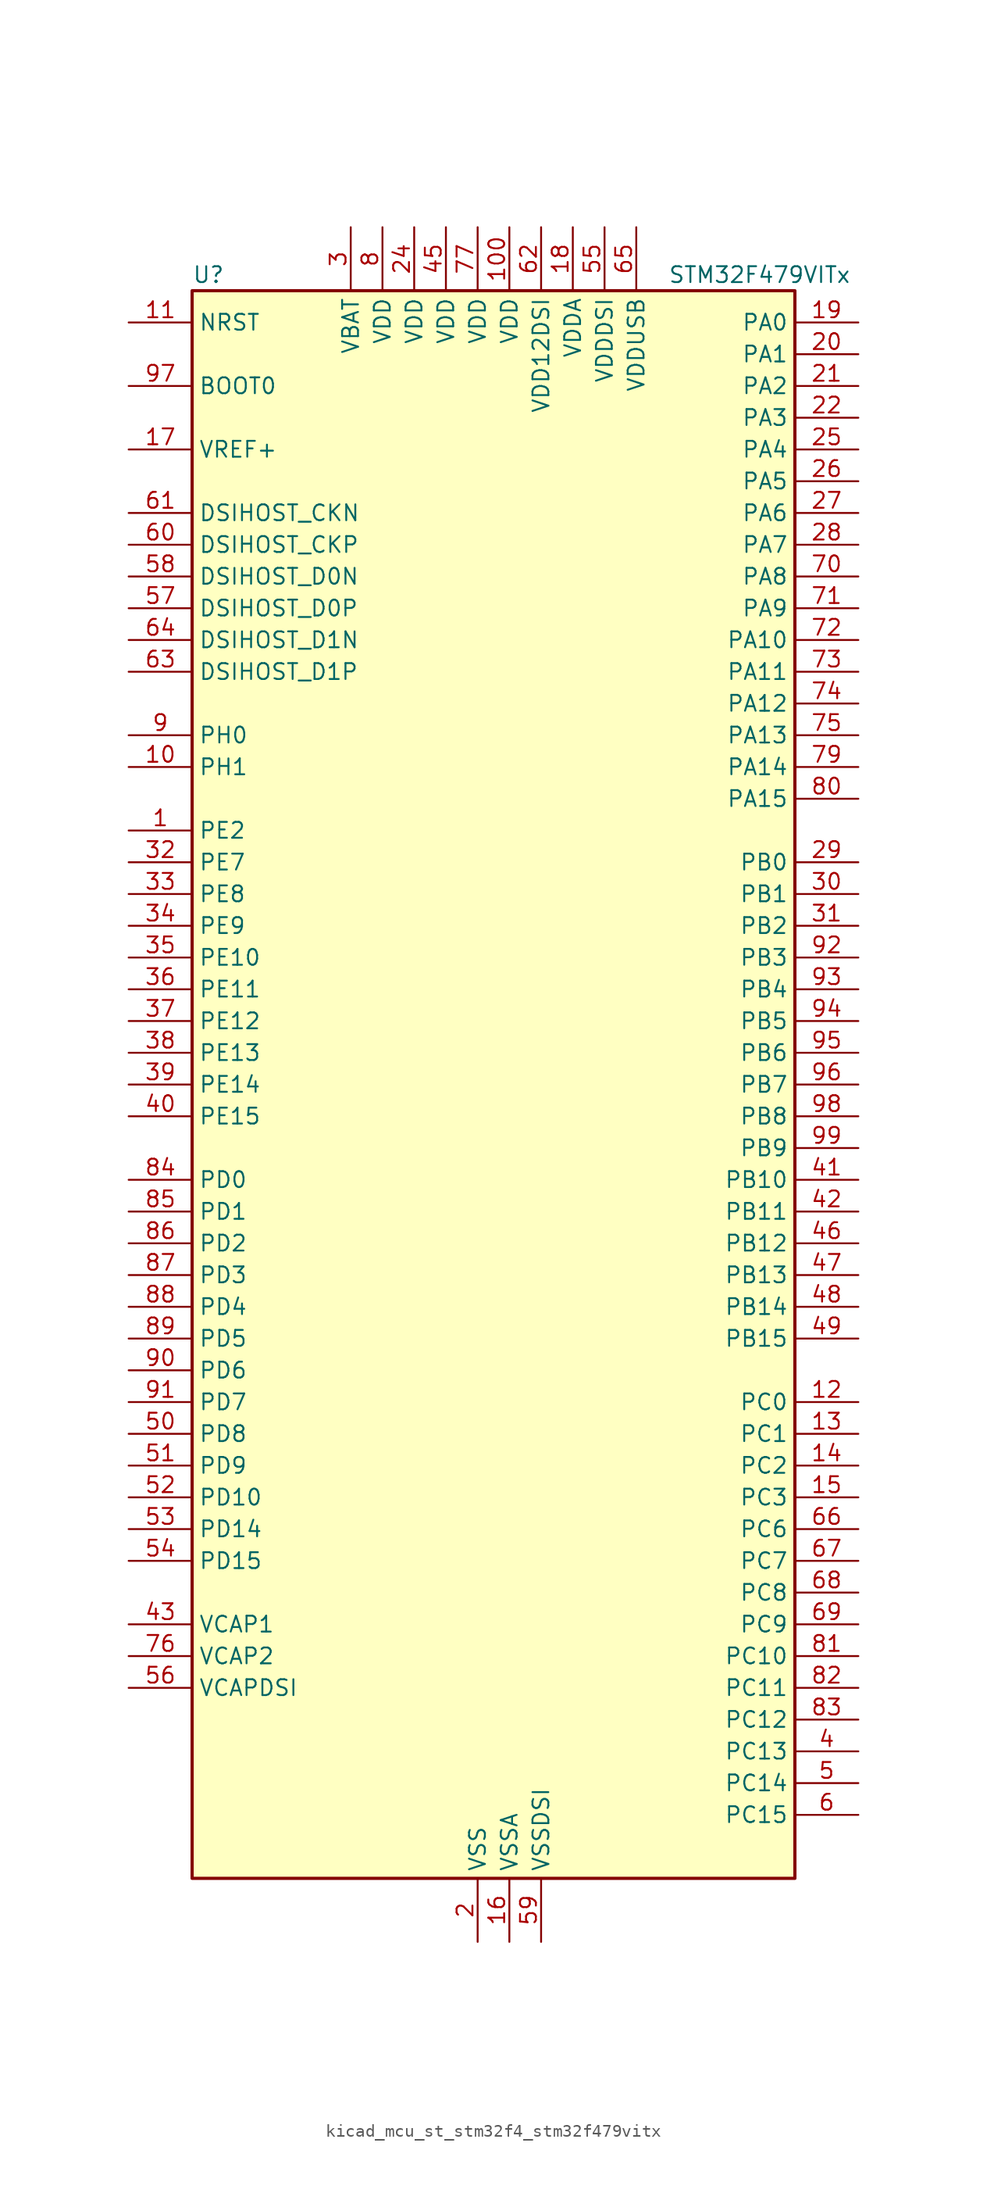
<source format=kicad_sym>
(kicad_symbol_lib
  (version 20220914)
  (generator kicad_symbol_editor)
  (symbol "kicad_mcu_st_stm32f4_stm32f479vitx"
    (property "Reference" "U"
      (at -22.86 64.77 0)
      (effects (font (size 1.27 1.27)) (justify left)))
    (property "Value" "STM32F479VITx"
      (at 15.24 64.77 0)
      (effects (font (size 1.27 1.27)) (justify left)))
    (property "ki_locked" ""
      (at 0 0 0)
      (effects (font (size 1.27 1.27))))
    (symbol "kicad_mcu_st_stm32f4_stm32f479vitx_0_1"
      (rectangle (start -22.86 -63.5) (end 25.4 63.5) (stroke (width 0.254) (type default)) (fill (type background))))
    (symbol "kicad_mcu_st_stm32f4_stm32f479vitx_1_1"
      (pin bidirectional line (at -27.94 20.32 0) (length 5.08) (name "PE2" (effects (font (size 1.27 1.27)))) (number "1" (effects (font (size 1.27 1.27)))) (alternate "FMC_A23" bidirectional line) (alternate "QUADSPI_BK1_IO2" bidirectional line) (alternate "SAI1_MCLK_A" bidirectional line) (alternate "SPI4_SCK" bidirectional line) (alternate "SYS_TRACECLK" bidirectional line))
      (pin bidirectional line (at -27.94 25.4 0) (length 5.08) (name "PH1" (effects (font (size 1.27 1.27)))) (number "10" (effects (font (size 1.27 1.27)))) (alternate "RCC_OSC_OUT" bidirectional line))
      (pin power_in line (at 2.54 68.58 270) (length 5.08) (name "VDD" (effects (font (size 1.27 1.27)))) (number "100" (effects (font (size 1.27 1.27)))))
      (pin input line (at -27.94 60.96 0) (length 5.08) (name "NRST" (effects (font (size 1.27 1.27)))) (number "11" (effects (font (size 1.27 1.27)))))
      (pin bidirectional line (at 30.48 -25.4 180) (length 5.08) (name "PC0" (effects (font (size 1.27 1.27)))) (number "12" (effects (font (size 1.27 1.27)))) (alternate "ADC1_IN10" bidirectional line) (alternate "ADC2_IN10" bidirectional line) (alternate "ADC3_IN10" bidirectional line) (alternate "FMC_SDNWE" bidirectional line) (alternate "LTDC_R5" bidirectional line) (alternate "USB_OTG_HS_ULPI_STP" bidirectional line))
      (pin bidirectional line (at 30.48 -27.94 180) (length 5.08) (name "PC1" (effects (font (size 1.27 1.27)))) (number "13" (effects (font (size 1.27 1.27)))) (alternate "ADC1_IN11" bidirectional line) (alternate "ADC2_IN11" bidirectional line) (alternate "ADC3_IN11" bidirectional line) (alternate "I2S2_SD" bidirectional line) (alternate "SAI1_SD_A" bidirectional line) (alternate "SPI2_MOSI" bidirectional line) (alternate "SYS_TRACED0" bidirectional line))
      (pin bidirectional line (at 30.48 -30.48 180) (length 5.08) (name "PC2" (effects (font (size 1.27 1.27)))) (number "14" (effects (font (size 1.27 1.27)))) (alternate "ADC1_IN12" bidirectional line) (alternate "ADC2_IN12" bidirectional line) (alternate "ADC3_IN12" bidirectional line) (alternate "FMC_SDNE0" bidirectional line) (alternate "I2S2_ext_SD" bidirectional line) (alternate "SPI2_MISO" bidirectional line) (alternate "USB_OTG_HS_ULPI_DIR" bidirectional line))
      (pin bidirectional line (at 30.48 -33.02 180) (length 5.08) (name "PC3" (effects (font (size 1.27 1.27)))) (number "15" (effects (font (size 1.27 1.27)))) (alternate "ADC1_IN13" bidirectional line) (alternate "ADC2_IN13" bidirectional line) (alternate "ADC3_IN13" bidirectional line) (alternate "FMC_SDCKE0" bidirectional line) (alternate "I2S2_SD" bidirectional line) (alternate "SPI2_MOSI" bidirectional line) (alternate "USB_OTG_HS_ULPI_NXT" bidirectional line))
      (pin power_in line (at 2.54 -68.58 90) (length 5.08) (name "VSSA" (effects (font (size 1.27 1.27)))) (number "16" (effects (font (size 1.27 1.27)))))
      (pin input line (at -27.94 50.8 0) (length 5.08) (name "VREF+" (effects (font (size 1.27 1.27)))) (number "17" (effects (font (size 1.27 1.27)))))
      (pin power_in line (at 7.62 68.58 270) (length 5.08) (name "VDDA" (effects (font (size 1.27 1.27)))) (number "18" (effects (font (size 1.27 1.27)))))
      (pin bidirectional line (at 30.48 60.96 180) (length 5.08) (name "PA0" (effects (font (size 1.27 1.27)))) (number "19" (effects (font (size 1.27 1.27)))) (alternate "ADC1_IN0" bidirectional line) (alternate "ADC2_IN0" bidirectional line) (alternate "ADC3_IN0" bidirectional line) (alternate "SYS_WKUP" bidirectional line) (alternate "TIM2_CH1" bidirectional line) (alternate "TIM2_ETR" bidirectional line) (alternate "TIM5_CH1" bidirectional line) (alternate "TIM8_ETR" bidirectional line) (alternate "UART4_TX" bidirectional line) (alternate "USART2_CTS" bidirectional line))
      (pin power_in line (at 0 -68.58 90) (length 5.08) (name "VSS" (effects (font (size 1.27 1.27)))) (number "2" (effects (font (size 1.27 1.27)))))
      (pin bidirectional line (at 30.48 58.42 180) (length 5.08) (name "PA1" (effects (font (size 1.27 1.27)))) (number "20" (effects (font (size 1.27 1.27)))) (alternate "ADC1_IN1" bidirectional line) (alternate "ADC2_IN1" bidirectional line) (alternate "ADC3_IN1" bidirectional line) (alternate "LTDC_R2" bidirectional line) (alternate "QUADSPI_BK1_IO3" bidirectional line) (alternate "TIM2_CH2" bidirectional line) (alternate "TIM5_CH2" bidirectional line) (alternate "UART4_RX" bidirectional line) (alternate "USART2_RTS" bidirectional line))
      (pin bidirectional line (at 30.48 55.88 180) (length 5.08) (name "PA2" (effects (font (size 1.27 1.27)))) (number "21" (effects (font (size 1.27 1.27)))) (alternate "ADC1_IN2" bidirectional line) (alternate "ADC2_IN2" bidirectional line) (alternate "ADC3_IN2" bidirectional line) (alternate "LTDC_R1" bidirectional line) (alternate "TIM2_CH3" bidirectional line) (alternate "TIM5_CH3" bidirectional line) (alternate "TIM9_CH1" bidirectional line) (alternate "USART2_TX" bidirectional line))
      (pin bidirectional line (at 30.48 53.34 180) (length 5.08) (name "PA3" (effects (font (size 1.27 1.27)))) (number "22" (effects (font (size 1.27 1.27)))) (alternate "ADC1_IN3" bidirectional line) (alternate "ADC2_IN3" bidirectional line) (alternate "ADC3_IN3" bidirectional line) (alternate "LTDC_B2" bidirectional line) (alternate "LTDC_B5" bidirectional line) (alternate "TIM2_CH4" bidirectional line) (alternate "TIM5_CH4" bidirectional line) (alternate "TIM9_CH2" bidirectional line) (alternate "USART2_RX" bidirectional line) (alternate "USB_OTG_HS_ULPI_D0" bidirectional line))
      (pin passive line (at 0 -68.58 90) (length 5.08) hide (name "VSS" (effects (font (size 1.27 1.27)))) (number "23" (effects (font (size 1.27 1.27)))))
      (pin power_in line (at -5.08 68.58 270) (length 5.08) (name "VDD" (effects (font (size 1.27 1.27)))) (number "24" (effects (font (size 1.27 1.27)))))
      (pin bidirectional line (at 30.48 50.8 180) (length 5.08) (name "PA4" (effects (font (size 1.27 1.27)))) (number "25" (effects (font (size 1.27 1.27)))) (alternate "ADC1_IN4" bidirectional line) (alternate "ADC2_IN4" bidirectional line) (alternate "DAC_OUT1" bidirectional line) (alternate "DCMI_HSYNC" bidirectional line) (alternate "I2S3_WS" bidirectional line) (alternate "LTDC_VSYNC" bidirectional line) (alternate "SPI1_NSS" bidirectional line) (alternate "SPI3_NSS" bidirectional line) (alternate "USART2_CK" bidirectional line) (alternate "USB_OTG_HS_SOF" bidirectional line))
      (pin bidirectional line (at 30.48 48.26 180) (length 5.08) (name "PA5" (effects (font (size 1.27 1.27)))) (number "26" (effects (font (size 1.27 1.27)))) (alternate "ADC1_IN5" bidirectional line) (alternate "ADC2_IN5" bidirectional line) (alternate "DAC_OUT2" bidirectional line) (alternate "LTDC_R4" bidirectional line) (alternate "SPI1_SCK" bidirectional line) (alternate "TIM2_CH1" bidirectional line) (alternate "TIM2_ETR" bidirectional line) (alternate "TIM8_CH1N" bidirectional line) (alternate "USB_OTG_HS_ULPI_CK" bidirectional line))
      (pin bidirectional line (at 30.48 45.72 180) (length 5.08) (name "PA6" (effects (font (size 1.27 1.27)))) (number "27" (effects (font (size 1.27 1.27)))) (alternate "ADC1_IN6" bidirectional line) (alternate "ADC2_IN6" bidirectional line) (alternate "DCMI_PIXCLK" bidirectional line) (alternate "LTDC_G2" bidirectional line) (alternate "SPI1_MISO" bidirectional line) (alternate "TIM13_CH1" bidirectional line) (alternate "TIM1_BKIN" bidirectional line) (alternate "TIM3_CH1" bidirectional line) (alternate "TIM8_BKIN" bidirectional line))
      (pin bidirectional line (at 30.48 43.18 180) (length 5.08) (name "PA7" (effects (font (size 1.27 1.27)))) (number "28" (effects (font (size 1.27 1.27)))) (alternate "ADC1_IN7" bidirectional line) (alternate "ADC2_IN7" bidirectional line) (alternate "FMC_SDNWE" bidirectional line) (alternate "QUADSPI_CLK" bidirectional line) (alternate "SPI1_MOSI" bidirectional line) (alternate "TIM14_CH1" bidirectional line) (alternate "TIM1_CH1N" bidirectional line) (alternate "TIM3_CH2" bidirectional line) (alternate "TIM8_CH1N" bidirectional line))
      (pin bidirectional line (at 30.48 17.78 180) (length 5.08) (name "PB0" (effects (font (size 1.27 1.27)))) (number "29" (effects (font (size 1.27 1.27)))) (alternate "ADC1_IN8" bidirectional line) (alternate "ADC2_IN8" bidirectional line) (alternate "LTDC_G1" bidirectional line) (alternate "LTDC_R3" bidirectional line) (alternate "TIM1_CH2N" bidirectional line) (alternate "TIM3_CH3" bidirectional line) (alternate "TIM8_CH2N" bidirectional line) (alternate "USB_OTG_HS_ULPI_D1" bidirectional line))
      (pin power_in line (at -10.16 68.58 270) (length 5.08) (name "VBAT" (effects (font (size 1.27 1.27)))) (number "3" (effects (font (size 1.27 1.27)))))
      (pin bidirectional line (at 30.48 15.24 180) (length 5.08) (name "PB1" (effects (font (size 1.27 1.27)))) (number "30" (effects (font (size 1.27 1.27)))) (alternate "ADC1_IN9" bidirectional line) (alternate "ADC2_IN9" bidirectional line) (alternate "LTDC_G0" bidirectional line) (alternate "LTDC_R6" bidirectional line) (alternate "TIM1_CH3N" bidirectional line) (alternate "TIM3_CH4" bidirectional line) (alternate "TIM8_CH3N" bidirectional line) (alternate "USB_OTG_HS_ULPI_D2" bidirectional line))
      (pin bidirectional line (at 30.48 12.7 180) (length 5.08) (name "PB2" (effects (font (size 1.27 1.27)))) (number "31" (effects (font (size 1.27 1.27)))))
      (pin bidirectional line (at -27.94 17.78 0) (length 5.08) (name "PE7" (effects (font (size 1.27 1.27)))) (number "32" (effects (font (size 1.27 1.27)))) (alternate "FMC_D4" bidirectional line) (alternate "FMC_DA4" bidirectional line) (alternate "QUADSPI_BK2_IO0" bidirectional line) (alternate "TIM1_ETR" bidirectional line) (alternate "UART7_RX" bidirectional line))
      (pin bidirectional line (at -27.94 15.24 0) (length 5.08) (name "PE8" (effects (font (size 1.27 1.27)))) (number "33" (effects (font (size 1.27 1.27)))) (alternate "FMC_D5" bidirectional line) (alternate "FMC_DA5" bidirectional line) (alternate "QUADSPI_BK2_IO1" bidirectional line) (alternate "TIM1_CH1N" bidirectional line) (alternate "UART7_TX" bidirectional line))
      (pin bidirectional line (at -27.94 12.7 0) (length 5.08) (name "PE9" (effects (font (size 1.27 1.27)))) (number "34" (effects (font (size 1.27 1.27)))) (alternate "DAC_EXTI9" bidirectional line) (alternate "FMC_D6" bidirectional line) (alternate "FMC_DA6" bidirectional line) (alternate "QUADSPI_BK2_IO2" bidirectional line) (alternate "TIM1_CH1" bidirectional line))
      (pin bidirectional line (at -27.94 10.16 0) (length 5.08) (name "PE10" (effects (font (size 1.27 1.27)))) (number "35" (effects (font (size 1.27 1.27)))) (alternate "FMC_D7" bidirectional line) (alternate "FMC_DA7" bidirectional line) (alternate "QUADSPI_BK2_IO3" bidirectional line) (alternate "TIM1_CH2N" bidirectional line))
      (pin bidirectional line (at -27.94 7.62 0) (length 5.08) (name "PE11" (effects (font (size 1.27 1.27)))) (number "36" (effects (font (size 1.27 1.27)))) (alternate "ADC1_EXTI11" bidirectional line) (alternate "ADC2_EXTI11" bidirectional line) (alternate "ADC3_EXTI11" bidirectional line) (alternate "FMC_D8" bidirectional line) (alternate "FMC_DA8" bidirectional line) (alternate "LTDC_G3" bidirectional line) (alternate "SPI4_NSS" bidirectional line) (alternate "TIM1_CH2" bidirectional line))
      (pin bidirectional line (at -27.94 5.08 0) (length 5.08) (name "PE12" (effects (font (size 1.27 1.27)))) (number "37" (effects (font (size 1.27 1.27)))) (alternate "FMC_D9" bidirectional line) (alternate "FMC_DA9" bidirectional line) (alternate "LTDC_B4" bidirectional line) (alternate "SPI4_SCK" bidirectional line) (alternate "TIM1_CH3N" bidirectional line))
      (pin bidirectional line (at -27.94 2.54 0) (length 5.08) (name "PE13" (effects (font (size 1.27 1.27)))) (number "38" (effects (font (size 1.27 1.27)))) (alternate "FMC_D10" bidirectional line) (alternate "FMC_DA10" bidirectional line) (alternate "LTDC_DE" bidirectional line) (alternate "SPI4_MISO" bidirectional line) (alternate "TIM1_CH3" bidirectional line))
      (pin bidirectional line (at -27.94 0 0) (length 5.08) (name "PE14" (effects (font (size 1.27 1.27)))) (number "39" (effects (font (size 1.27 1.27)))) (alternate "FMC_D11" bidirectional line) (alternate "FMC_DA11" bidirectional line) (alternate "LTDC_CLK" bidirectional line) (alternate "SPI4_MOSI" bidirectional line) (alternate "TIM1_CH4" bidirectional line))
      (pin bidirectional line (at 30.48 -53.34 180) (length 5.08) (name "PC13" (effects (font (size 1.27 1.27)))) (number "4" (effects (font (size 1.27 1.27)))) (alternate "RTC_AF1" bidirectional line))
      (pin bidirectional line (at -27.94 -2.54 0) (length 5.08) (name "PE15" (effects (font (size 1.27 1.27)))) (number "40" (effects (font (size 1.27 1.27)))) (alternate "ADC1_EXTI15" bidirectional line) (alternate "ADC2_EXTI15" bidirectional line) (alternate "ADC3_EXTI15" bidirectional line) (alternate "FMC_D12" bidirectional line) (alternate "FMC_DA12" bidirectional line) (alternate "LTDC_R7" bidirectional line) (alternate "TIM1_BKIN" bidirectional line))
      (pin bidirectional line (at 30.48 -7.62 180) (length 5.08) (name "PB10" (effects (font (size 1.27 1.27)))) (number "41" (effects (font (size 1.27 1.27)))) (alternate "I2C2_SCL" bidirectional line) (alternate "I2S2_CK" bidirectional line) (alternate "LTDC_G4" bidirectional line) (alternate "QUADSPI_BK1_NCS" bidirectional line) (alternate "SPI2_SCK" bidirectional line) (alternate "TIM2_CH3" bidirectional line) (alternate "USART3_TX" bidirectional line) (alternate "USB_OTG_HS_ULPI_D3" bidirectional line))
      (pin bidirectional line (at 30.48 -10.16 180) (length 5.08) (name "PB11" (effects (font (size 1.27 1.27)))) (number "42" (effects (font (size 1.27 1.27)))) (alternate "ADC1_EXTI11" bidirectional line) (alternate "ADC2_EXTI11" bidirectional line) (alternate "ADC3_EXTI11" bidirectional line) (alternate "DSIHOST_TE" bidirectional line) (alternate "I2C2_SDA" bidirectional line) (alternate "LTDC_G5" bidirectional line) (alternate "TIM2_CH4" bidirectional line) (alternate "USART3_RX" bidirectional line) (alternate "USB_OTG_HS_ULPI_D4" bidirectional line))
      (pin power_out line (at -27.94 -43.18 0) (length 5.08) (name "VCAP1" (effects (font (size 1.27 1.27)))) (number "43" (effects (font (size 1.27 1.27)))))
      (pin passive line (at 0 -68.58 90) (length 5.08) hide (name "VSS" (effects (font (size 1.27 1.27)))) (number "44" (effects (font (size 1.27 1.27)))))
      (pin power_in line (at -2.54 68.58 270) (length 5.08) (name "VDD" (effects (font (size 1.27 1.27)))) (number "45" (effects (font (size 1.27 1.27)))))
      (pin bidirectional line (at 30.48 -12.7 180) (length 5.08) (name "PB12" (effects (font (size 1.27 1.27)))) (number "46" (effects (font (size 1.27 1.27)))) (alternate "CAN2_RX" bidirectional line) (alternate "I2C2_SMBA" bidirectional line) (alternate "I2S2_WS" bidirectional line) (alternate "SPI2_NSS" bidirectional line) (alternate "TIM1_BKIN" bidirectional line) (alternate "USART3_CK" bidirectional line) (alternate "USB_OTG_HS_ID" bidirectional line) (alternate "USB_OTG_HS_ULPI_D5" bidirectional line))
      (pin bidirectional line (at 30.48 -15.24 180) (length 5.08) (name "PB13" (effects (font (size 1.27 1.27)))) (number "47" (effects (font (size 1.27 1.27)))) (alternate "CAN2_TX" bidirectional line) (alternate "I2S2_CK" bidirectional line) (alternate "SPI2_SCK" bidirectional line) (alternate "TIM1_CH1N" bidirectional line) (alternate "USART3_CTS" bidirectional line) (alternate "USB_OTG_HS_ULPI_D6" bidirectional line) (alternate "USB_OTG_HS_VBUS" bidirectional line))
      (pin bidirectional line (at 30.48 -17.78 180) (length 5.08) (name "PB14" (effects (font (size 1.27 1.27)))) (number "48" (effects (font (size 1.27 1.27)))) (alternate "I2S2_ext_SD" bidirectional line) (alternate "SPI2_MISO" bidirectional line) (alternate "TIM12_CH1" bidirectional line) (alternate "TIM1_CH2N" bidirectional line) (alternate "TIM8_CH2N" bidirectional line) (alternate "USART3_RTS" bidirectional line) (alternate "USB_OTG_HS_DM" bidirectional line))
      (pin bidirectional line (at 30.48 -20.32 180) (length 5.08) (name "PB15" (effects (font (size 1.27 1.27)))) (number "49" (effects (font (size 1.27 1.27)))) (alternate "ADC1_EXTI15" bidirectional line) (alternate "ADC2_EXTI15" bidirectional line) (alternate "ADC3_EXTI15" bidirectional line) (alternate "I2S2_SD" bidirectional line) (alternate "RTC_REFIN" bidirectional line) (alternate "SPI2_MOSI" bidirectional line) (alternate "TIM12_CH2" bidirectional line) (alternate "TIM1_CH3N" bidirectional line) (alternate "TIM8_CH3N" bidirectional line) (alternate "USB_OTG_HS_DP" bidirectional line))
      (pin bidirectional line (at 30.48 -55.88 180) (length 5.08) (name "PC14" (effects (font (size 1.27 1.27)))) (number "5" (effects (font (size 1.27 1.27)))) (alternate "RCC_OSC32_IN" bidirectional line))
      (pin bidirectional line (at -27.94 -27.94 0) (length 5.08) (name "PD8" (effects (font (size 1.27 1.27)))) (number "50" (effects (font (size 1.27 1.27)))) (alternate "FMC_D13" bidirectional line) (alternate "FMC_DA13" bidirectional line) (alternate "USART3_TX" bidirectional line))
      (pin bidirectional line (at -27.94 -30.48 0) (length 5.08) (name "PD9" (effects (font (size 1.27 1.27)))) (number "51" (effects (font (size 1.27 1.27)))) (alternate "DAC_EXTI9" bidirectional line) (alternate "FMC_D14" bidirectional line) (alternate "FMC_DA14" bidirectional line) (alternate "USART3_RX" bidirectional line))
      (pin bidirectional line (at -27.94 -33.02 0) (length 5.08) (name "PD10" (effects (font (size 1.27 1.27)))) (number "52" (effects (font (size 1.27 1.27)))) (alternate "FMC_D15" bidirectional line) (alternate "FMC_DA15" bidirectional line) (alternate "LTDC_B3" bidirectional line) (alternate "USART3_CK" bidirectional line))
      (pin bidirectional line (at -27.94 -35.56 0) (length 5.08) (name "PD14" (effects (font (size 1.27 1.27)))) (number "53" (effects (font (size 1.27 1.27)))) (alternate "FMC_D0" bidirectional line) (alternate "FMC_DA0" bidirectional line) (alternate "TIM4_CH3" bidirectional line))
      (pin bidirectional line (at -27.94 -38.1 0) (length 5.08) (name "PD15" (effects (font (size 1.27 1.27)))) (number "54" (effects (font (size 1.27 1.27)))) (alternate "ADC1_EXTI15" bidirectional line) (alternate "ADC2_EXTI15" bidirectional line) (alternate "ADC3_EXTI15" bidirectional line) (alternate "FMC_D1" bidirectional line) (alternate "FMC_DA1" bidirectional line) (alternate "TIM4_CH4" bidirectional line))
      (pin power_in line (at 10.16 68.58 270) (length 5.08) (name "VDDDSI" (effects (font (size 1.27 1.27)))) (number "55" (effects (font (size 1.27 1.27)))))
      (pin power_out line (at -27.94 -48.26 0) (length 5.08) (name "VCAPDSI" (effects (font (size 1.27 1.27)))) (number "56" (effects (font (size 1.27 1.27)))))
      (pin bidirectional line (at -27.94 38.1 0) (length 5.08) (name "DSIHOST_D0P" (effects (font (size 1.27 1.27)))) (number "57" (effects (font (size 1.27 1.27)))) (alternate "DSIHOST_D0P" bidirectional line))
      (pin bidirectional line (at -27.94 40.64 0) (length 5.08) (name "DSIHOST_D0N" (effects (font (size 1.27 1.27)))) (number "58" (effects (font (size 1.27 1.27)))) (alternate "DSIHOST_D0N" bidirectional line))
      (pin power_in line (at 5.08 -68.58 90) (length 5.08) (name "VSSDSI" (effects (font (size 1.27 1.27)))) (number "59" (effects (font (size 1.27 1.27)))))
      (pin bidirectional line (at 30.48 -58.42 180) (length 5.08) (name "PC15" (effects (font (size 1.27 1.27)))) (number "6" (effects (font (size 1.27 1.27)))) (alternate "ADC1_EXTI15" bidirectional line) (alternate "ADC2_EXTI15" bidirectional line) (alternate "ADC3_EXTI15" bidirectional line) (alternate "RCC_OSC32_OUT" bidirectional line))
      (pin bidirectional line (at -27.94 43.18 0) (length 5.08) (name "DSIHOST_CKP" (effects (font (size 1.27 1.27)))) (number "60" (effects (font (size 1.27 1.27)))) (alternate "DSIHOST_CKP" bidirectional line))
      (pin bidirectional line (at -27.94 45.72 0) (length 5.08) (name "DSIHOST_CKN" (effects (font (size 1.27 1.27)))) (number "61" (effects (font (size 1.27 1.27)))) (alternate "DSIHOST_CKN" bidirectional line))
      (pin power_in line (at 5.08 68.58 270) (length 5.08) (name "VDD12DSI" (effects (font (size 1.27 1.27)))) (number "62" (effects (font (size 1.27 1.27)))))
      (pin bidirectional line (at -27.94 33.02 0) (length 5.08) (name "DSIHOST_D1P" (effects (font (size 1.27 1.27)))) (number "63" (effects (font (size 1.27 1.27)))) (alternate "DSIHOST_D1P" bidirectional line))
      (pin bidirectional line (at -27.94 35.56 0) (length 5.08) (name "DSIHOST_D1N" (effects (font (size 1.27 1.27)))) (number "64" (effects (font (size 1.27 1.27)))) (alternate "DSIHOST_D1N" bidirectional line))
      (pin power_in line (at 12.7 68.58 270) (length 5.08) (name "VDDUSB" (effects (font (size 1.27 1.27)))) (number "65" (effects (font (size 1.27 1.27)))))
      (pin bidirectional line (at 30.48 -35.56 180) (length 5.08) (name "PC6" (effects (font (size 1.27 1.27)))) (number "66" (effects (font (size 1.27 1.27)))) (alternate "DCMI_D0" bidirectional line) (alternate "I2S2_MCK" bidirectional line) (alternate "LTDC_HSYNC" bidirectional line) (alternate "SDIO_D6" bidirectional line) (alternate "TIM3_CH1" bidirectional line) (alternate "TIM8_CH1" bidirectional line) (alternate "USART6_TX" bidirectional line))
      (pin bidirectional line (at 30.48 -38.1 180) (length 5.08) (name "PC7" (effects (font (size 1.27 1.27)))) (number "67" (effects (font (size 1.27 1.27)))) (alternate "DCMI_D1" bidirectional line) (alternate "I2S3_MCK" bidirectional line) (alternate "LTDC_G6" bidirectional line) (alternate "SDIO_D7" bidirectional line) (alternate "TIM3_CH2" bidirectional line) (alternate "TIM8_CH2" bidirectional line) (alternate "USART6_RX" bidirectional line))
      (pin bidirectional line (at 30.48 -40.64 180) (length 5.08) (name "PC8" (effects (font (size 1.27 1.27)))) (number "68" (effects (font (size 1.27 1.27)))) (alternate "DCMI_D2" bidirectional line) (alternate "SDIO_D0" bidirectional line) (alternate "SYS_TRACED1" bidirectional line) (alternate "TIM3_CH3" bidirectional line) (alternate "TIM8_CH3" bidirectional line) (alternate "USART6_CK" bidirectional line))
      (pin bidirectional line (at 30.48 -43.18 180) (length 5.08) (name "PC9" (effects (font (size 1.27 1.27)))) (number "69" (effects (font (size 1.27 1.27)))) (alternate "DAC_EXTI9" bidirectional line) (alternate "DCMI_D3" bidirectional line) (alternate "I2C3_SDA" bidirectional line) (alternate "I2S_CKIN" bidirectional line) (alternate "QUADSPI_BK1_IO0" bidirectional line) (alternate "RCC_MCO_2" bidirectional line) (alternate "SDIO_D1" bidirectional line) (alternate "TIM3_CH4" bidirectional line) (alternate "TIM8_CH4" bidirectional line))
      (pin passive line (at 0 -68.58 90) (length 5.08) hide (name "VSS" (effects (font (size 1.27 1.27)))) (number "7" (effects (font (size 1.27 1.27)))))
      (pin bidirectional line (at 30.48 40.64 180) (length 5.08) (name "PA8" (effects (font (size 1.27 1.27)))) (number "70" (effects (font (size 1.27 1.27)))) (alternate "I2C3_SCL" bidirectional line) (alternate "LTDC_R6" bidirectional line) (alternate "RCC_MCO_1" bidirectional line) (alternate "TIM1_CH1" bidirectional line) (alternate "USART1_CK" bidirectional line) (alternate "USB_OTG_FS_SOF" bidirectional line))
      (pin bidirectional line (at 30.48 38.1 180) (length 5.08) (name "PA9" (effects (font (size 1.27 1.27)))) (number "71" (effects (font (size 1.27 1.27)))) (alternate "DAC_EXTI9" bidirectional line) (alternate "DCMI_D0" bidirectional line) (alternate "I2C3_SMBA" bidirectional line) (alternate "I2S2_CK" bidirectional line) (alternate "SPI2_SCK" bidirectional line) (alternate "TIM1_CH2" bidirectional line) (alternate "USART1_TX" bidirectional line) (alternate "USB_OTG_FS_VBUS" bidirectional line))
      (pin bidirectional line (at 30.48 35.56 180) (length 5.08) (name "PA10" (effects (font (size 1.27 1.27)))) (number "72" (effects (font (size 1.27 1.27)))) (alternate "DCMI_D1" bidirectional line) (alternate "TIM1_CH3" bidirectional line) (alternate "USART1_RX" bidirectional line) (alternate "USB_OTG_FS_ID" bidirectional line))
      (pin bidirectional line (at 30.48 33.02 180) (length 5.08) (name "PA11" (effects (font (size 1.27 1.27)))) (number "73" (effects (font (size 1.27 1.27)))) (alternate "ADC1_EXTI11" bidirectional line) (alternate "ADC2_EXTI11" bidirectional line) (alternate "ADC3_EXTI11" bidirectional line) (alternate "CAN1_RX" bidirectional line) (alternate "LTDC_R4" bidirectional line) (alternate "TIM1_CH4" bidirectional line) (alternate "USART1_CTS" bidirectional line) (alternate "USB_OTG_FS_DM" bidirectional line))
      (pin bidirectional line (at 30.48 30.48 180) (length 5.08) (name "PA12" (effects (font (size 1.27 1.27)))) (number "74" (effects (font (size 1.27 1.27)))) (alternate "CAN1_TX" bidirectional line) (alternate "LTDC_R5" bidirectional line) (alternate "TIM1_ETR" bidirectional line) (alternate "USART1_RTS" bidirectional line) (alternate "USB_OTG_FS_DP" bidirectional line))
      (pin bidirectional line (at 30.48 27.94 180) (length 5.08) (name "PA13" (effects (font (size 1.27 1.27)))) (number "75" (effects (font (size 1.27 1.27)))) (alternate "SYS_JTMS-SWDIO" bidirectional line))
      (pin power_out line (at -27.94 -45.72 0) (length 5.08) (name "VCAP2" (effects (font (size 1.27 1.27)))) (number "76" (effects (font (size 1.27 1.27)))))
      (pin power_in line (at 0 68.58 270) (length 5.08) (name "VDD" (effects (font (size 1.27 1.27)))) (number "77" (effects (font (size 1.27 1.27)))))
      (pin passive line (at 0 -68.58 90) (length 5.08) hide (name "VSS" (effects (font (size 1.27 1.27)))) (number "78" (effects (font (size 1.27 1.27)))))
      (pin bidirectional line (at 30.48 25.4 180) (length 5.08) (name "PA14" (effects (font (size 1.27 1.27)))) (number "79" (effects (font (size 1.27 1.27)))) (alternate "SYS_JTCK-SWCLK" bidirectional line))
      (pin power_in line (at -7.62 68.58 270) (length 5.08) (name "VDD" (effects (font (size 1.27 1.27)))) (number "8" (effects (font (size 1.27 1.27)))))
      (pin bidirectional line (at 30.48 22.86 180) (length 5.08) (name "PA15" (effects (font (size 1.27 1.27)))) (number "80" (effects (font (size 1.27 1.27)))) (alternate "ADC1_EXTI15" bidirectional line) (alternate "ADC2_EXTI15" bidirectional line) (alternate "ADC3_EXTI15" bidirectional line) (alternate "I2S3_WS" bidirectional line) (alternate "SPI1_NSS" bidirectional line) (alternate "SPI3_NSS" bidirectional line) (alternate "SYS_JTDI" bidirectional line) (alternate "TIM2_CH1" bidirectional line) (alternate "TIM2_ETR" bidirectional line))
      (pin bidirectional line (at 30.48 -45.72 180) (length 5.08) (name "PC10" (effects (font (size 1.27 1.27)))) (number "81" (effects (font (size 1.27 1.27)))) (alternate "DCMI_D8" bidirectional line) (alternate "I2S3_CK" bidirectional line) (alternate "LTDC_R2" bidirectional line) (alternate "QUADSPI_BK1_IO1" bidirectional line) (alternate "SDIO_D2" bidirectional line) (alternate "SPI3_SCK" bidirectional line) (alternate "UART4_TX" bidirectional line) (alternate "USART3_TX" bidirectional line))
      (pin bidirectional line (at 30.48 -48.26 180) (length 5.08) (name "PC11" (effects (font (size 1.27 1.27)))) (number "82" (effects (font (size 1.27 1.27)))) (alternate "ADC1_EXTI11" bidirectional line) (alternate "ADC2_EXTI11" bidirectional line) (alternate "ADC3_EXTI11" bidirectional line) (alternate "DCMI_D4" bidirectional line) (alternate "I2S3_ext_SD" bidirectional line) (alternate "QUADSPI_BK2_NCS" bidirectional line) (alternate "SDIO_D3" bidirectional line) (alternate "SPI3_MISO" bidirectional line) (alternate "UART4_RX" bidirectional line) (alternate "USART3_RX" bidirectional line))
      (pin bidirectional line (at 30.48 -50.8 180) (length 5.08) (name "PC12" (effects (font (size 1.27 1.27)))) (number "83" (effects (font (size 1.27 1.27)))) (alternate "DCMI_D9" bidirectional line) (alternate "I2S3_SD" bidirectional line) (alternate "SDIO_CK" bidirectional line) (alternate "SPI3_MOSI" bidirectional line) (alternate "SYS_TRACED3" bidirectional line) (alternate "UART5_TX" bidirectional line) (alternate "USART3_CK" bidirectional line))
      (pin bidirectional line (at -27.94 -7.62 0) (length 5.08) (name "PD0" (effects (font (size 1.27 1.27)))) (number "84" (effects (font (size 1.27 1.27)))) (alternate "CAN1_RX" bidirectional line) (alternate "FMC_D2" bidirectional line) (alternate "FMC_DA2" bidirectional line))
      (pin bidirectional line (at -27.94 -10.16 0) (length 5.08) (name "PD1" (effects (font (size 1.27 1.27)))) (number "85" (effects (font (size 1.27 1.27)))) (alternate "CAN1_TX" bidirectional line) (alternate "FMC_D3" bidirectional line) (alternate "FMC_DA3" bidirectional line))
      (pin bidirectional line (at -27.94 -12.7 0) (length 5.08) (name "PD2" (effects (font (size 1.27 1.27)))) (number "86" (effects (font (size 1.27 1.27)))) (alternate "DCMI_D11" bidirectional line) (alternate "SDIO_CMD" bidirectional line) (alternate "SYS_TRACED2" bidirectional line) (alternate "TIM3_ETR" bidirectional line) (alternate "UART5_RX" bidirectional line))
      (pin bidirectional line (at -27.94 -15.24 0) (length 5.08) (name "PD3" (effects (font (size 1.27 1.27)))) (number "87" (effects (font (size 1.27 1.27)))) (alternate "DCMI_D5" bidirectional line) (alternate "FMC_CLK" bidirectional line) (alternate "I2S2_CK" bidirectional line) (alternate "LTDC_G7" bidirectional line) (alternate "SPI2_SCK" bidirectional line) (alternate "USART2_CTS" bidirectional line))
      (pin bidirectional line (at -27.94 -17.78 0) (length 5.08) (name "PD4" (effects (font (size 1.27 1.27)))) (number "88" (effects (font (size 1.27 1.27)))) (alternate "FMC_NOE" bidirectional line) (alternate "USART2_RTS" bidirectional line))
      (pin bidirectional line (at -27.94 -20.32 0) (length 5.08) (name "PD5" (effects (font (size 1.27 1.27)))) (number "89" (effects (font (size 1.27 1.27)))) (alternate "FMC_NWE" bidirectional line) (alternate "USART2_TX" bidirectional line))
      (pin bidirectional line (at -27.94 27.94 0) (length 5.08) (name "PH0" (effects (font (size 1.27 1.27)))) (number "9" (effects (font (size 1.27 1.27)))) (alternate "RCC_OSC_IN" bidirectional line))
      (pin bidirectional line (at -27.94 -22.86 0) (length 5.08) (name "PD6" (effects (font (size 1.27 1.27)))) (number "90" (effects (font (size 1.27 1.27)))) (alternate "DCMI_D10" bidirectional line) (alternate "FMC_NWAIT" bidirectional line) (alternate "I2S3_SD" bidirectional line) (alternate "LTDC_B2" bidirectional line) (alternate "SAI1_SD_A" bidirectional line) (alternate "SPI3_MOSI" bidirectional line) (alternate "USART2_RX" bidirectional line))
      (pin bidirectional line (at -27.94 -25.4 0) (length 5.08) (name "PD7" (effects (font (size 1.27 1.27)))) (number "91" (effects (font (size 1.27 1.27)))) (alternate "FMC_NE1" bidirectional line) (alternate "USART2_CK" bidirectional line))
      (pin bidirectional line (at 30.48 10.16 180) (length 5.08) (name "PB3" (effects (font (size 1.27 1.27)))) (number "92" (effects (font (size 1.27 1.27)))) (alternate "I2S3_CK" bidirectional line) (alternate "SPI1_SCK" bidirectional line) (alternate "SPI3_SCK" bidirectional line) (alternate "SYS_JTDO-SWO" bidirectional line) (alternate "TIM2_CH2" bidirectional line))
      (pin bidirectional line (at 30.48 7.62 180) (length 5.08) (name "PB4" (effects (font (size 1.27 1.27)))) (number "93" (effects (font (size 1.27 1.27)))) (alternate "I2S3_ext_SD" bidirectional line) (alternate "SPI1_MISO" bidirectional line) (alternate "SPI3_MISO" bidirectional line) (alternate "SYS_JTRST" bidirectional line) (alternate "TIM3_CH1" bidirectional line))
      (pin bidirectional line (at 30.48 5.08 180) (length 5.08) (name "PB5" (effects (font (size 1.27 1.27)))) (number "94" (effects (font (size 1.27 1.27)))) (alternate "CAN2_RX" bidirectional line) (alternate "DCMI_D10" bidirectional line) (alternate "FMC_SDCKE1" bidirectional line) (alternate "I2C1_SMBA" bidirectional line) (alternate "I2S3_SD" bidirectional line) (alternate "LTDC_G7" bidirectional line) (alternate "SPI1_MOSI" bidirectional line) (alternate "SPI3_MOSI" bidirectional line) (alternate "TIM3_CH2" bidirectional line) (alternate "USB_OTG_HS_ULPI_D7" bidirectional line))
      (pin bidirectional line (at 30.48 2.54 180) (length 5.08) (name "PB6" (effects (font (size 1.27 1.27)))) (number "95" (effects (font (size 1.27 1.27)))) (alternate "CAN2_TX" bidirectional line) (alternate "DCMI_D5" bidirectional line) (alternate "FMC_SDNE1" bidirectional line) (alternate "I2C1_SCL" bidirectional line) (alternate "QUADSPI_BK1_NCS" bidirectional line) (alternate "TIM4_CH1" bidirectional line) (alternate "USART1_TX" bidirectional line))
      (pin bidirectional line (at 30.48 0 180) (length 5.08) (name "PB7" (effects (font (size 1.27 1.27)))) (number "96" (effects (font (size 1.27 1.27)))) (alternate "DCMI_VSYNC" bidirectional line) (alternate "FMC_NL" bidirectional line) (alternate "I2C1_SDA" bidirectional line) (alternate "TIM4_CH2" bidirectional line) (alternate "USART1_RX" bidirectional line))
      (pin input line (at -27.94 55.88 0) (length 5.08) (name "BOOT0" (effects (font (size 1.27 1.27)))) (number "97" (effects (font (size 1.27 1.27)))))
      (pin bidirectional line (at 30.48 -2.54 180) (length 5.08) (name "PB8" (effects (font (size 1.27 1.27)))) (number "98" (effects (font (size 1.27 1.27)))) (alternate "CAN1_RX" bidirectional line) (alternate "DCMI_D6" bidirectional line) (alternate "I2C1_SCL" bidirectional line) (alternate "LTDC_B6" bidirectional line) (alternate "SDIO_D4" bidirectional line) (alternate "TIM10_CH1" bidirectional line) (alternate "TIM4_CH3" bidirectional line))
      (pin bidirectional line (at 30.48 -5.08 180) (length 5.08) (name "PB9" (effects (font (size 1.27 1.27)))) (number "99" (effects (font (size 1.27 1.27)))) (alternate "CAN1_TX" bidirectional line) (alternate "DAC_EXTI9" bidirectional line) (alternate "DCMI_D7" bidirectional line) (alternate "I2C1_SDA" bidirectional line) (alternate "I2S2_WS" bidirectional line) (alternate "LTDC_B7" bidirectional line) (alternate "SDIO_D5" bidirectional line) (alternate "SPI2_NSS" bidirectional line) (alternate "TIM11_CH1" bidirectional line) (alternate "TIM4_CH4" bidirectional line)))))
</source>
